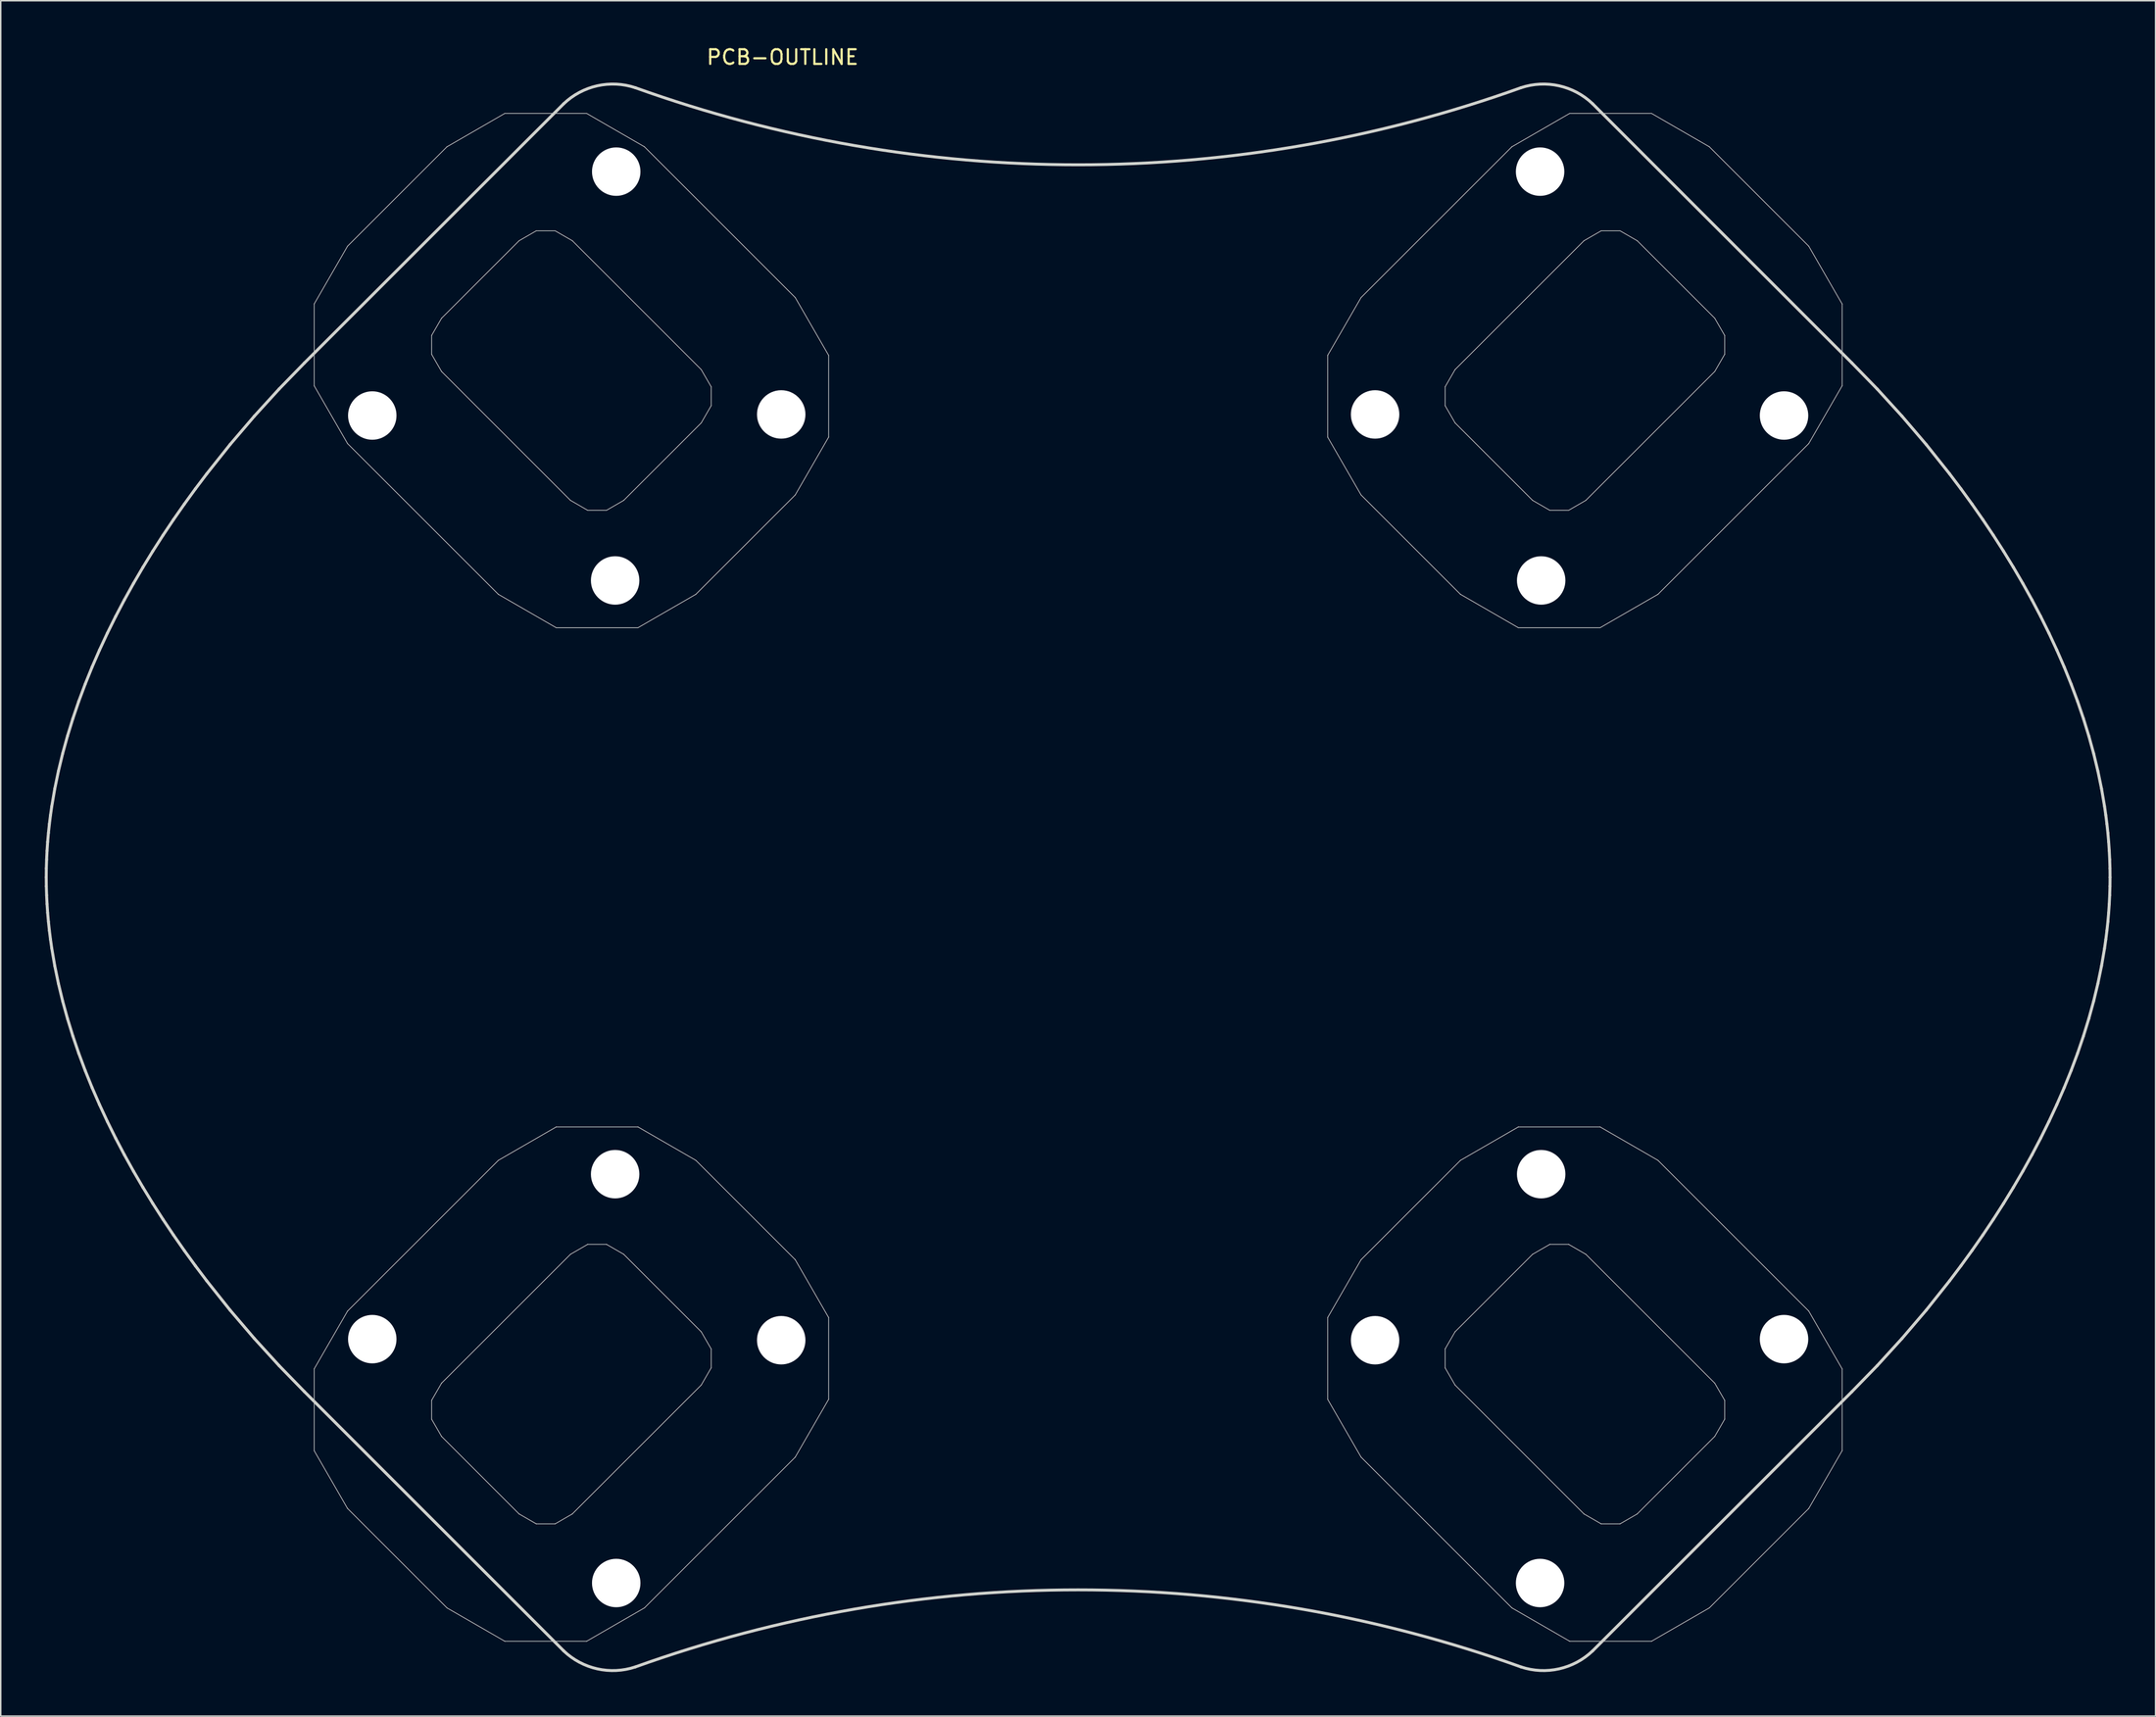
<source format=kicad_pcb>
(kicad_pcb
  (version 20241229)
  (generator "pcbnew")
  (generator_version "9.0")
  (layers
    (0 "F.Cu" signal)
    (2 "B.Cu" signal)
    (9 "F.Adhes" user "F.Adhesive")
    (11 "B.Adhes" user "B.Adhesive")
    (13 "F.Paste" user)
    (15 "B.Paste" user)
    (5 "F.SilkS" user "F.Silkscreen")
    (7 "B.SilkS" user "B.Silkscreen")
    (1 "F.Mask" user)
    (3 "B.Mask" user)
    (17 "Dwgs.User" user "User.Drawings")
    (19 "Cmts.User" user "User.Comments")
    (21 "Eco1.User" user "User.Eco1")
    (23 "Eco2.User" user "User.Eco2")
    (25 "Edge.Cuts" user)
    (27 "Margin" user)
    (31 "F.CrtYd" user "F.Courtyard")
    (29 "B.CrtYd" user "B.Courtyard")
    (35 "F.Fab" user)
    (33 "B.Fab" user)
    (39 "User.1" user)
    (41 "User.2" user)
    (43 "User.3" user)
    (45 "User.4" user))
  (footprint "PCB-OUTLINE"
    (layer "F.Cu")
    (at 70.392 56.728)
    (property "Reference" "PCB-OUTLINE" (at -25.4 -55.88 0) (layer "F.SilkS") (effects (font (size 1 1) (thickness 0.15)) (justify left)))
    (attr through_hole)
    (fp_line (start -52.041 -39.066) (end -52.041 -33.494) (stroke (width 0.05) (type solid)) (layer "Dwgs.User"))
    (fp_line (start -52.041 -33.494) (end -49.766 -29.553) (stroke (width 0.05) (type solid)) (layer "Dwgs.User"))
    (fp_line (start -52.041 33.494) (end -49.766 29.553) (stroke (width 0.05) (type solid)) (layer "Dwgs.User"))
    (fp_line (start -52.041 39.066) (end -52.041 33.494) (stroke (width 0.05) (type solid)) (layer "Dwgs.User"))
    (fp_line (start -49.766 -43.006) (end -52.041 -39.066) (stroke (width 0.05) (type solid)) (layer "Dwgs.User"))
    (fp_line (start -49.766 -29.553) (end -39.495 -19.283) (stroke (width 0.05) (type solid)) (layer "Dwgs.User"))
    (fp_line (start -49.766 29.553) (end -39.495 19.283) (stroke (width 0.05) (type solid)) (layer "Dwgs.User"))
    (fp_line (start -49.766 43.006) (end -52.041 39.066) (stroke (width 0.05) (type solid)) (layer "Dwgs.User"))
    (fp_line (start -44.041 -36.922) (end -44.041 -35.637) (stroke (width 0.05) (type solid)) (layer "Dwgs.User"))
    (fp_line (start -44.041 -35.637) (end -43.364 -34.466) (stroke (width 0.05) (type solid)) (layer "Dwgs.User"))
    (fp_line (start -44.041 35.637) (end -43.364 34.466) (stroke (width 0.05) (type solid)) (layer "Dwgs.User"))
    (fp_line (start -44.041 36.922) (end -44.041 35.637) (stroke (width 0.05) (type solid)) (layer "Dwgs.User"))
    (fp_line (start -43.364 -38.094) (end -44.041 -36.922) (stroke (width 0.05) (type solid)) (layer "Dwgs.User"))
    (fp_line (start -43.364 -34.466) (end -34.583 -25.685) (stroke (width 0.05) (type solid)) (layer "Dwgs.User"))
    (fp_line (start -43.364 34.466) (end -34.583 25.685) (stroke (width 0.05) (type solid)) (layer "Dwgs.User"))
    (fp_line (start -43.364 38.094) (end -44.041 36.922) (stroke (width 0.05) (type solid)) (layer "Dwgs.User"))
    (fp_line (start -42.996 -49.777) (end -49.766 -43.006) (stroke (width 0.05) (type solid)) (layer "Dwgs.User"))
    (fp_line (start -42.996 49.777) (end -49.766 43.006) (stroke (width 0.05) (type solid)) (layer "Dwgs.User"))
    (fp_line (start -39.495 -19.283) (end -35.555 -17.008) (stroke (width 0.05) (type solid)) (layer "Dwgs.User"))
    (fp_line (start -39.495 19.283) (end -35.555 17.008) (stroke (width 0.05) (type solid)) (layer "Dwgs.User"))
    (fp_line (start -39.055 -52.052) (end -42.996 -49.777) (stroke (width 0.05) (type solid)) (layer "Dwgs.User"))
    (fp_line (start -39.055 52.052) (end -42.996 49.777) (stroke (width 0.05) (type solid)) (layer "Dwgs.User"))
    (fp_line (start -38.084 -43.375) (end -43.364 -38.094) (stroke (width 0.05) (type solid)) (layer "Dwgs.User"))
    (fp_line (start -38.084 43.375) (end -43.364 38.094) (stroke (width 0.05) (type solid)) (layer "Dwgs.User"))
    (fp_line (start -36.912 -44.052) (end -38.084 -43.375) (stroke (width 0.05) (type solid)) (layer "Dwgs.User"))
    (fp_line (start -36.912 44.052) (end -38.084 43.375) (stroke (width 0.05) (type solid)) (layer "Dwgs.User"))
    (fp_line (start -35.627 -44.052) (end -36.912 -44.052) (stroke (width 0.05) (type solid)) (layer "Dwgs.User"))
    (fp_line (start -35.627 44.052) (end -36.912 44.052) (stroke (width 0.05) (type solid)) (layer "Dwgs.User"))
    (fp_line (start -35.555 -17.008) (end -29.983 -17.008) (stroke (width 0.05) (type solid)) (layer "Dwgs.User"))
    (fp_line (start -35.555 17.008) (end -29.983 17.008) (stroke (width 0.05) (type solid)) (layer "Dwgs.User"))
    (fp_line (start -34.583 -25.685) (end -33.412 -25.008) (stroke (width 0.05) (type solid)) (layer "Dwgs.User"))
    (fp_line (start -34.583 25.685) (end -33.412 25.008) (stroke (width 0.05) (type solid)) (layer "Dwgs.User"))
    (fp_line (start -34.455 -43.375) (end -35.627 -44.052) (stroke (width 0.05) (type solid)) (layer "Dwgs.User"))
    (fp_line (start -34.455 43.375) (end -35.627 44.052) (stroke (width 0.05) (type solid)) (layer "Dwgs.User"))
    (fp_line (start -33.483 -52.052) (end -39.055 -52.052) (stroke (width 0.05) (type solid)) (layer "Dwgs.User"))
    (fp_line (start -33.483 52.052) (end -39.055 52.052) (stroke (width 0.05) (type solid)) (layer "Dwgs.User"))
    (fp_line (start -33.412 -25.008) (end -32.127 -25.008) (stroke (width 0.05) (type solid)) (layer "Dwgs.User"))
    (fp_line (start -33.412 25.008) (end -32.127 25.008) (stroke (width 0.05) (type solid)) (layer "Dwgs.User"))
    (fp_line (start -32.127 -25.008) (end -30.955 -25.685) (stroke (width 0.05) (type solid)) (layer "Dwgs.User"))
    (fp_line (start -32.127 25.008) (end -30.955 25.685) (stroke (width 0.05) (type solid)) (layer "Dwgs.User"))
    (fp_line (start -30.955 -25.685) (end -25.674 -30.965) (stroke (width 0.05) (type solid)) (layer "Dwgs.User"))
    (fp_line (start -30.955 25.685) (end -25.674 30.965) (stroke (width 0.05) (type solid)) (layer "Dwgs.User"))
    (fp_line (start -29.983 -17.008) (end -26.043 -19.283) (stroke (width 0.05) (type solid)) (layer "Dwgs.User"))
    (fp_line (start -29.983 17.008) (end -26.043 19.283) (stroke (width 0.05) (type solid)) (layer "Dwgs.User"))
    (fp_line (start -29.543 -49.777) (end -33.483 -52.052) (stroke (width 0.05) (type solid)) (layer "Dwgs.User"))
    (fp_line (start -29.543 49.777) (end -33.483 52.052) (stroke (width 0.05) (type solid)) (layer "Dwgs.User"))
    (fp_line (start -26.043 -19.283) (end -19.272 -26.053) (stroke (width 0.05) (type solid)) (layer "Dwgs.User"))
    (fp_line (start -26.043 19.283) (end -19.272 26.053) (stroke (width 0.05) (type solid)) (layer "Dwgs.User"))
    (fp_line (start -25.674 -34.594) (end -34.455 -43.375) (stroke (width 0.05) (type solid)) (layer "Dwgs.User"))
    (fp_line (start -25.674 -30.965) (end -24.997 -32.137) (stroke (width 0.05) (type solid)) (layer "Dwgs.User"))
    (fp_line (start -25.674 30.965) (end -24.997 32.137) (stroke (width 0.05) (type solid)) (layer "Dwgs.User"))
    (fp_line (start -25.674 34.594) (end -34.455 43.375) (stroke (width 0.05) (type solid)) (layer "Dwgs.User"))
    (fp_line (start -24.997 -33.422) (end -25.674 -34.594) (stroke (width 0.05) (type solid)) (layer "Dwgs.User"))
    (fp_line (start -24.997 -32.137) (end -24.997 -33.422) (stroke (width 0.05) (type solid)) (layer "Dwgs.User"))
    (fp_line (start -24.997 32.137) (end -24.997 33.422) (stroke (width 0.05) (type solid)) (layer "Dwgs.User"))
    (fp_line (start -24.997 33.422) (end -25.674 34.594) (stroke (width 0.05) (type solid)) (layer "Dwgs.User"))
    (fp_line (start -19.272 -39.506) (end -29.543 -49.777) (stroke (width 0.05) (type solid)) (layer "Dwgs.User"))
    (fp_line (start -19.272 -26.053) (end -16.997 -29.994) (stroke (width 0.05) (type solid)) (layer "Dwgs.User"))
    (fp_line (start -19.272 26.053) (end -16.997 29.994) (stroke (width 0.05) (type solid)) (layer "Dwgs.User"))
    (fp_line (start -19.272 39.506) (end -29.543 49.777) (stroke (width 0.05) (type solid)) (layer "Dwgs.User"))
    (fp_line (start -16.997 -35.566) (end -19.272 -39.506) (stroke (width 0.05) (type solid)) (layer "Dwgs.User"))
    (fp_line (start -16.997 -29.994) (end -16.997 -35.566) (stroke (width 0.05) (type solid)) (layer "Dwgs.User"))
    (fp_line (start -16.997 29.994) (end -16.997 35.566) (stroke (width 0.05) (type solid)) (layer "Dwgs.User"))
    (fp_line (start -16.997 35.566) (end -19.272 39.506) (stroke (width 0.05) (type solid)) (layer "Dwgs.User"))
    (fp_line (start 16.997 -35.566) (end 19.272 -39.506) (stroke (width 0.05) (type solid)) (layer "Dwgs.User"))
    (fp_line (start 16.997 -29.994) (end 16.997 -35.566) (stroke (width 0.05) (type solid)) (layer "Dwgs.User"))
    (fp_line (start 16.997 29.994) (end 16.997 35.566) (stroke (width 0.05) (type solid)) (layer "Dwgs.User"))
    (fp_line (start 16.997 35.566) (end 19.272 39.506) (stroke (width 0.05) (type solid)) (layer "Dwgs.User"))
    (fp_line (start 19.272 -39.506) (end 29.543 -49.777) (stroke (width 0.05) (type solid)) (layer "Dwgs.User"))
    (fp_line (start 19.272 -26.053) (end 16.997 -29.994) (stroke (width 0.05) (type solid)) (layer "Dwgs.User"))
    (fp_line (start 19.272 26.053) (end 16.997 29.994) (stroke (width 0.05) (type solid)) (layer "Dwgs.User"))
    (fp_line (start 19.272 39.506) (end 29.543 49.777) (stroke (width 0.05) (type solid)) (layer "Dwgs.User"))
    (fp_line (start 24.997 -33.422) (end 25.674 -34.594) (stroke (width 0.05) (type solid)) (layer "Dwgs.User"))
    (fp_line (start 24.997 -32.137) (end 24.997 -33.422) (stroke (width 0.05) (type solid)) (layer "Dwgs.User"))
    (fp_line (start 24.997 32.137) (end 24.997 33.422) (stroke (width 0.05) (type solid)) (layer "Dwgs.User"))
    (fp_line (start 24.997 33.422) (end 25.674 34.594) (stroke (width 0.05) (type solid)) (layer "Dwgs.User"))
    (fp_line (start 25.674 -34.594) (end 34.455 -43.375) (stroke (width 0.05) (type solid)) (layer "Dwgs.User"))
    (fp_line (start 25.674 -30.965) (end 24.997 -32.137) (stroke (width 0.05) (type solid)) (layer "Dwgs.User"))
    (fp_line (start 25.674 30.965) (end 24.997 32.137) (stroke (width 0.05) (type solid)) (layer "Dwgs.User"))
    (fp_line (start 25.674 34.594) (end 34.455 43.375) (stroke (width 0.05) (type solid)) (layer "Dwgs.User"))
    (fp_line (start 26.043 -19.283) (end 19.272 -26.053) (stroke (width 0.05) (type solid)) (layer "Dwgs.User"))
    (fp_line (start 26.043 19.283) (end 19.272 26.053) (stroke (width 0.05) (type solid)) (layer "Dwgs.User"))
    (fp_line (start 29.543 -49.777) (end 33.483 -52.052) (stroke (width 0.05) (type solid)) (layer "Dwgs.User"))
    (fp_line (start 29.543 49.777) (end 33.483 52.052) (stroke (width 0.05) (type solid)) (layer "Dwgs.User"))
    (fp_line (start 29.983 -17.008) (end 26.043 -19.283) (stroke (width 0.05) (type solid)) (layer "Dwgs.User"))
    (fp_line (start 29.983 17.008) (end 26.043 19.283) (stroke (width 0.05) (type solid)) (layer "Dwgs.User"))
    (fp_line (start 30.955 -25.685) (end 25.674 -30.965) (stroke (width 0.05) (type solid)) (layer "Dwgs.User"))
    (fp_line (start 30.955 25.685) (end 25.674 30.965) (stroke (width 0.05) (type solid)) (layer "Dwgs.User"))
    (fp_line (start 32.127 -25.008) (end 30.955 -25.685) (stroke (width 0.05) (type solid)) (layer "Dwgs.User"))
    (fp_line (start 32.127 25.008) (end 30.955 25.685) (stroke (width 0.05) (type solid)) (layer "Dwgs.User"))
    (fp_line (start 33.412 -25.008) (end 32.127 -25.008) (stroke (width 0.05) (type solid)) (layer "Dwgs.User"))
    (fp_line (start 33.412 25.008) (end 32.127 25.008) (stroke (width 0.05) (type solid)) (layer "Dwgs.User"))
    (fp_line (start 33.483 -52.052) (end 39.055 -52.052) (stroke (width 0.05) (type solid)) (layer "Dwgs.User"))
    (fp_line (start 33.483 52.052) (end 39.055 52.052) (stroke (width 0.05) (type solid)) (layer "Dwgs.User"))
    (fp_line (start 34.455 -43.375) (end 35.627 -44.052) (stroke (width 0.05) (type solid)) (layer "Dwgs.User"))
    (fp_line (start 34.455 43.375) (end 35.627 44.052) (stroke (width 0.05) (type solid)) (layer "Dwgs.User"))
    (fp_line (start 34.583 -25.685) (end 33.412 -25.008) (stroke (width 0.05) (type solid)) (layer "Dwgs.User"))
    (fp_line (start 34.583 25.685) (end 33.412 25.008) (stroke (width 0.05) (type solid)) (layer "Dwgs.User"))
    (fp_line (start 35.555 -17.008) (end 29.983 -17.008) (stroke (width 0.05) (type solid)) (layer "Dwgs.User"))
    (fp_line (start 35.555 17.008) (end 29.983 17.008) (stroke (width 0.05) (type solid)) (layer "Dwgs.User"))
    (fp_line (start 35.627 -44.052) (end 36.912 -44.052) (stroke (width 0.05) (type solid)) (layer "Dwgs.User"))
    (fp_line (start 35.627 44.052) (end 36.912 44.052) (stroke (width 0.05) (type solid)) (layer "Dwgs.User"))
    (fp_line (start 36.912 -44.052) (end 38.084 -43.375) (stroke (width 0.05) (type solid)) (layer "Dwgs.User"))
    (fp_line (start 36.912 44.052) (end 38.084 43.375) (stroke (width 0.05) (type solid)) (layer "Dwgs.User"))
    (fp_line (start 38.084 -43.375) (end 43.364 -38.094) (stroke (width 0.05) (type solid)) (layer "Dwgs.User"))
    (fp_line (start 38.084 43.375) (end 43.364 38.094) (stroke (width 0.05) (type solid)) (layer "Dwgs.User"))
    (fp_line (start 39.055 -52.052) (end 42.996 -49.777) (stroke (width 0.05) (type solid)) (layer "Dwgs.User"))
    (fp_line (start 39.055 52.052) (end 42.996 49.777) (stroke (width 0.05) (type solid)) (layer "Dwgs.User"))
    (fp_line (start 39.495 -19.283) (end 35.555 -17.008) (stroke (width 0.05) (type solid)) (layer "Dwgs.User"))
    (fp_line (start 39.495 19.283) (end 35.555 17.008) (stroke (width 0.05) (type solid)) (layer "Dwgs.User"))
    (fp_line (start 42.996 -49.777) (end 49.766 -43.006) (stroke (width 0.05) (type solid)) (layer "Dwgs.User"))
    (fp_line (start 42.996 49.777) (end 49.766 43.006) (stroke (width 0.05) (type solid)) (layer "Dwgs.User"))
    (fp_line (start 43.364 -38.094) (end 44.041 -36.922) (stroke (width 0.05) (type solid)) (layer "Dwgs.User"))
    (fp_line (start 43.364 -34.466) (end 34.583 -25.685) (stroke (width 0.05) (type solid)) (layer "Dwgs.User"))
    (fp_line (start 43.364 34.466) (end 34.583 25.685) (stroke (width 0.05) (type solid)) (layer "Dwgs.User"))
    (fp_line (start 43.364 38.094) (end 44.041 36.922) (stroke (width 0.05) (type solid)) (layer "Dwgs.User"))
    (fp_line (start 44.041 -36.922) (end 44.041 -35.637) (stroke (width 0.05) (type solid)) (layer "Dwgs.User"))
    (fp_line (start 44.041 -35.637) (end 43.364 -34.466) (stroke (width 0.05) (type solid)) (layer "Dwgs.User"))
    (fp_line (start 44.041 35.637) (end 43.364 34.466) (stroke (width 0.05) (type solid)) (layer "Dwgs.User"))
    (fp_line (start 44.041 36.922) (end 44.041 35.637) (stroke (width 0.05) (type solid)) (layer "Dwgs.User"))
    (fp_line (start 49.766 -43.006) (end 52.041 -39.066) (stroke (width 0.05) (type solid)) (layer "Dwgs.User"))
    (fp_line (start 49.766 -29.553) (end 39.495 -19.283) (stroke (width 0.05) (type solid)) (layer "Dwgs.User"))
    (fp_line (start 49.766 29.553) (end 39.495 19.283) (stroke (width 0.05) (type solid)) (layer "Dwgs.User"))
    (fp_line (start 49.766 43.006) (end 52.041 39.066) (stroke (width 0.05) (type solid)) (layer "Dwgs.User"))
    (fp_line (start 52.041 -39.066) (end 52.041 -33.494) (stroke (width 0.05) (type solid)) (layer "Dwgs.User"))
    (fp_line (start 52.041 -33.494) (end 49.766 -29.553) (stroke (width 0.05) (type solid)) (layer "Dwgs.User"))
    (fp_line (start 52.041 33.494) (end 49.766 29.553) (stroke (width 0.05) (type solid)) (layer "Dwgs.User"))
    (fp_line (start 52.041 39.066) (end 52.041 33.494) (stroke (width 0.05) (type solid)) (layer "Dwgs.User"))
    (fp_line (start -70.292 0) (end -70.286 -0.605) (stroke (width 0.2) (type solid)) (layer "Edge.Cuts"))
    (fp_line (start -70.286 -0.605) (end -70.267 -1.21) (stroke (width 0.2) (type solid)) (layer "Edge.Cuts"))
    (fp_line (start -70.286 0.605) (end -70.292 0) (stroke (width 0.2) (type solid)) (layer "Edge.Cuts"))
    (fp_line (start -70.267 -1.21) (end -70.237 -1.815) (stroke (width 0.2) (type solid)) (layer "Edge.Cuts"))
    (fp_line (start -70.267 1.21) (end -70.286 0.605) (stroke (width 0.2) (type solid)) (layer "Edge.Cuts"))
    (fp_line (start -70.237 -1.815) (end -70.196 -2.42) (stroke (width 0.2) (type solid)) (layer "Edge.Cuts"))
    (fp_line (start -70.237 1.815) (end -70.267 1.21) (stroke (width 0.2) (type solid)) (layer "Edge.Cuts"))
    (fp_line (start -70.196 -2.42) (end -70.143 -3.024) (stroke (width 0.2) (type solid)) (layer "Edge.Cuts"))
    (fp_line (start -70.196 2.42) (end -70.237 1.815) (stroke (width 0.2) (type solid)) (layer "Edge.Cuts"))
    (fp_line (start -70.143 -3.024) (end -70.078 -3.628) (stroke (width 0.2) (type solid)) (layer "Edge.Cuts"))
    (fp_line (start -70.143 3.024) (end -70.196 2.42) (stroke (width 0.2) (type solid)) (layer "Edge.Cuts"))
    (fp_line (start -70.078 -3.628) (end -70.002 -4.231) (stroke (width 0.2) (type solid)) (layer "Edge.Cuts"))
    (fp_line (start -70.078 3.628) (end -70.143 3.024) (stroke (width 0.2) (type solid)) (layer "Edge.Cuts"))
    (fp_line (start -70.002 -4.231) (end -69.916 -4.834) (stroke (width 0.2) (type solid)) (layer "Edge.Cuts"))
    (fp_line (start -70.002 4.231) (end -70.078 3.628) (stroke (width 0.2) (type solid)) (layer "Edge.Cuts"))
    (fp_line (start -69.916 -4.834) (end -69.71 -6.038) (stroke (width 0.2) (type solid)) (layer "Edge.Cuts"))
    (fp_line (start -69.916 4.834) (end -70.002 4.231) (stroke (width 0.2) (type solid)) (layer "Edge.Cuts"))
    (fp_line (start -69.71 -6.038) (end -69.462 -7.238) (stroke (width 0.2) (type solid)) (layer "Edge.Cuts"))
    (fp_line (start -69.71 6.038) (end -69.916 4.834) (stroke (width 0.2) (type solid)) (layer "Edge.Cuts"))
    (fp_line (start -69.462 -7.238) (end -69.174 -8.434) (stroke (width 0.2) (type solid)) (layer "Edge.Cuts"))
    (fp_line (start -69.462 7.238) (end -69.71 6.038) (stroke (width 0.2) (type solid)) (layer "Edge.Cuts"))
    (fp_line (start -69.174 -8.434) (end -68.846 -9.625) (stroke (width 0.2) (type solid)) (layer "Edge.Cuts"))
    (fp_line (start -69.174 8.434) (end -69.462 7.238) (stroke (width 0.2) (type solid)) (layer "Edge.Cuts"))
    (fp_line (start -68.846 -9.625) (end -68.48 -10.811) (stroke (width 0.2) (type solid)) (layer "Edge.Cuts"))
    (fp_line (start -68.846 9.625) (end -69.174 8.434) (stroke (width 0.2) (type solid)) (layer "Edge.Cuts"))
    (fp_line (start -68.48 -10.811) (end -68.078 -11.991) (stroke (width 0.2) (type solid)) (layer "Edge.Cuts"))
    (fp_line (start -68.48 10.811) (end -68.846 9.625) (stroke (width 0.2) (type solid)) (layer "Edge.Cuts"))
    (fp_line (start -68.078 -11.991) (end -67.64 -13.164) (stroke (width 0.2) (type solid)) (layer "Edge.Cuts"))
    (fp_line (start -68.078 11.991) (end -68.48 10.811) (stroke (width 0.2) (type solid)) (layer "Edge.Cuts"))
    (fp_line (start -67.64 -13.164) (end -67.169 -14.33) (stroke (width 0.2) (type solid)) (layer "Edge.Cuts"))
    (fp_line (start -67.64 13.164) (end -68.078 11.991) (stroke (width 0.2) (type solid)) (layer "Edge.Cuts"))
    (fp_line (start -67.169 -14.33) (end -66.664 -15.487) (stroke (width 0.2) (type solid)) (layer "Edge.Cuts"))
    (fp_line (start -67.169 14.33) (end -67.64 13.164) (stroke (width 0.2) (type solid)) (layer "Edge.Cuts"))
    (fp_line (start -66.664 -15.487) (end -66.129 -16.636) (stroke (width 0.2) (type solid)) (layer "Edge.Cuts"))
    (fp_line (start -66.664 15.487) (end -67.169 14.33) (stroke (width 0.2) (type solid)) (layer "Edge.Cuts"))
    (fp_line (start -66.129 -16.636) (end -65.564 -17.776) (stroke (width 0.2) (type solid)) (layer "Edge.Cuts"))
    (fp_line (start -66.129 16.636) (end -66.664 15.487) (stroke (width 0.2) (type solid)) (layer "Edge.Cuts"))
    (fp_line (start -65.564 -17.776) (end -64.971 -18.905) (stroke (width 0.2) (type solid)) (layer "Edge.Cuts"))
    (fp_line (start -65.564 17.776) (end -66.129 16.636) (stroke (width 0.2) (type solid)) (layer "Edge.Cuts"))
    (fp_line (start -64.971 -18.905) (end -64.35 -20.023) (stroke (width 0.2) (type solid)) (layer "Edge.Cuts"))
    (fp_line (start -64.971 18.905) (end -65.564 17.776) (stroke (width 0.2) (type solid)) (layer "Edge.Cuts"))
    (fp_line (start -64.35 -20.023) (end -63.703 -21.13) (stroke (width 0.2) (type solid)) (layer "Edge.Cuts"))
    (fp_line (start -64.35 20.023) (end -64.971 18.905) (stroke (width 0.2) (type solid)) (layer "Edge.Cuts"))
    (fp_line (start -63.703 -21.13) (end -63.033 -22.225) (stroke (width 0.2) (type solid)) (layer "Edge.Cuts"))
    (fp_line (start -63.703 21.13) (end -64.35 20.023) (stroke (width 0.2) (type solid)) (layer "Edge.Cuts"))
    (fp_line (start -63.033 -22.225) (end -62.339 -23.307) (stroke (width 0.2) (type solid)) (layer "Edge.Cuts"))
    (fp_line (start -63.033 22.225) (end -63.703 21.13) (stroke (width 0.2) (type solid)) (layer "Edge.Cuts"))
    (fp_line (start -62.339 -23.307) (end -61.623 -24.376) (stroke (width 0.2) (type solid)) (layer "Edge.Cuts"))
    (fp_line (start -62.339 23.307) (end -63.033 22.225) (stroke (width 0.2) (type solid)) (layer "Edge.Cuts"))
    (fp_line (start -61.623 -24.376) (end -60.887 -25.43) (stroke (width 0.2) (type solid)) (layer "Edge.Cuts"))
    (fp_line (start -61.623 24.376) (end -62.339 23.307) (stroke (width 0.2) (type solid)) (layer "Edge.Cuts"))
    (fp_line (start -60.887 -25.43) (end -60.132 -26.47) (stroke (width 0.2) (type solid)) (layer "Edge.Cuts"))
    (fp_line (start -60.887 25.43) (end -61.623 24.376) (stroke (width 0.2) (type solid)) (layer "Edge.Cuts"))
    (fp_line (start -60.132 -26.47) (end -59.359 -27.494) (stroke (width 0.2) (type solid)) (layer "Edge.Cuts"))
    (fp_line (start -60.132 26.47) (end -60.887 25.43) (stroke (width 0.2) (type solid)) (layer "Edge.Cuts"))
    (fp_line (start -59.359 -27.494) (end -57.767 -29.493) (stroke (width 0.2) (type solid)) (layer "Edge.Cuts"))
    (fp_line (start -59.359 27.494) (end -60.132 26.47) (stroke (width 0.2) (type solid)) (layer "Edge.Cuts"))
    (fp_line (start -57.767 -29.493) (end -56.119 -31.421) (stroke (width 0.2) (type solid)) (layer "Edge.Cuts"))
    (fp_line (start -57.767 29.493) (end -59.359 27.494) (stroke (width 0.2) (type solid)) (layer "Edge.Cuts"))
    (fp_line (start -56.119 -31.421) (end -54.429 -33.274) (stroke (width 0.2) (type solid)) (layer "Edge.Cuts"))
    (fp_line (start -56.119 31.421) (end -57.767 29.493) (stroke (width 0.2) (type solid)) (layer "Edge.Cuts"))
    (fp_line (start -54.429 -33.274) (end -52.706 -35.046) (stroke (width 0.2) (type solid)) (layer "Edge.Cuts"))
    (fp_line (start -54.429 33.274) (end -56.119 31.421) (stroke (width 0.2) (type solid)) (layer "Edge.Cuts"))
    (fp_line (start -52.706 -35.046) (end -35.046 -52.706) (stroke (width 0.2) (type solid)) (layer "Edge.Cuts"))
    (fp_line (start -52.706 35.046) (end -54.429 33.274) (stroke (width 0.2) (type solid)) (layer "Edge.Cuts"))
    (fp_line (start -35.046 52.706) (end -52.706 35.046) (stroke (width 0.2) (type solid)) (layer "Edge.Cuts"))
    (fp_line (start 35.046 -52.706) (end 52.706 -35.046) (stroke (width 0.2) (type solid)) (layer "Edge.Cuts"))
    (fp_line (start 52.706 -35.046) (end 54.429 -33.274) (stroke (width 0.2) (type solid)) (layer "Edge.Cuts"))
    (fp_line (start 52.706 35.046) (end 35.046 52.706) (stroke (width 0.2) (type solid)) (layer "Edge.Cuts"))
    (fp_line (start 54.429 -33.274) (end 56.119 -31.421) (stroke (width 0.2) (type solid)) (layer "Edge.Cuts"))
    (fp_line (start 54.429 33.274) (end 52.706 35.046) (stroke (width 0.2) (type solid)) (layer "Edge.Cuts"))
    (fp_line (start 56.119 -31.421) (end 57.767 -29.493) (stroke (width 0.2) (type solid)) (layer "Edge.Cuts"))
    (fp_line (start 56.119 31.421) (end 54.429 33.274) (stroke (width 0.2) (type solid)) (layer "Edge.Cuts"))
    (fp_line (start 57.767 -29.493) (end 59.359 -27.494) (stroke (width 0.2) (type solid)) (layer "Edge.Cuts"))
    (fp_line (start 57.767 29.493) (end 56.119 31.421) (stroke (width 0.2) (type solid)) (layer "Edge.Cuts"))
    (fp_line (start 59.359 -27.494) (end 60.132 -26.47) (stroke (width 0.2) (type solid)) (layer "Edge.Cuts"))
    (fp_line (start 59.359 27.494) (end 57.767 29.493) (stroke (width 0.2) (type solid)) (layer "Edge.Cuts"))
    (fp_line (start 60.132 -26.47) (end 60.887 -25.43) (stroke (width 0.2) (type solid)) (layer "Edge.Cuts"))
    (fp_line (start 60.132 26.47) (end 59.359 27.494) (stroke (width 0.2) (type solid)) (layer "Edge.Cuts"))
    (fp_line (start 60.887 -25.43) (end 61.623 -24.376) (stroke (width 0.2) (type solid)) (layer "Edge.Cuts"))
    (fp_line (start 60.887 25.43) (end 60.132 26.47) (stroke (width 0.2) (type solid)) (layer "Edge.Cuts"))
    (fp_line (start 61.623 -24.376) (end 62.339 -23.307) (stroke (width 0.2) (type solid)) (layer "Edge.Cuts"))
    (fp_line (start 61.623 24.376) (end 60.887 25.43) (stroke (width 0.2) (type solid)) (layer "Edge.Cuts"))
    (fp_line (start 62.339 -23.307) (end 63.033 -22.225) (stroke (width 0.2) (type solid)) (layer "Edge.Cuts"))
    (fp_line (start 62.339 23.307) (end 61.623 24.376) (stroke (width 0.2) (type solid)) (layer "Edge.Cuts"))
    (fp_line (start 63.033 -22.225) (end 63.703 -21.13) (stroke (width 0.2) (type solid)) (layer "Edge.Cuts"))
    (fp_line (start 63.033 22.225) (end 62.339 23.307) (stroke (width 0.2) (type solid)) (layer "Edge.Cuts"))
    (fp_line (start 63.703 -21.13) (end 64.35 -20.023) (stroke (width 0.2) (type solid)) (layer "Edge.Cuts"))
    (fp_line (start 63.703 21.13) (end 63.033 22.225) (stroke (width 0.2) (type solid)) (layer "Edge.Cuts"))
    (fp_line (start 64.35 -20.023) (end 64.971 -18.905) (stroke (width 0.2) (type solid)) (layer "Edge.Cuts"))
    (fp_line (start 64.35 20.023) (end 63.703 21.13) (stroke (width 0.2) (type solid)) (layer "Edge.Cuts"))
    (fp_line (start 64.971 -18.905) (end 65.564 -17.776) (stroke (width 0.2) (type solid)) (layer "Edge.Cuts"))
    (fp_line (start 64.971 18.905) (end 64.35 20.023) (stroke (width 0.2) (type solid)) (layer "Edge.Cuts"))
    (fp_line (start 65.564 -17.776) (end 66.129 -16.636) (stroke (width 0.2) (type solid)) (layer "Edge.Cuts"))
    (fp_line (start 65.564 17.776) (end 64.971 18.905) (stroke (width 0.2) (type solid)) (layer "Edge.Cuts"))
    (fp_line (start 66.129 -16.636) (end 66.664 -15.487) (stroke (width 0.2) (type solid)) (layer "Edge.Cuts"))
    (fp_line (start 66.129 16.636) (end 65.564 17.776) (stroke (width 0.2) (type solid)) (layer "Edge.Cuts"))
    (fp_line (start 66.664 -15.487) (end 67.169 -14.33) (stroke (width 0.2) (type solid)) (layer "Edge.Cuts"))
    (fp_line (start 66.664 15.487) (end 66.129 16.636) (stroke (width 0.2) (type solid)) (layer "Edge.Cuts"))
    (fp_line (start 67.169 -14.33) (end 67.64 -13.164) (stroke (width 0.2) (type solid)) (layer "Edge.Cuts"))
    (fp_line (start 67.169 14.33) (end 66.664 15.487) (stroke (width 0.2) (type solid)) (layer "Edge.Cuts"))
    (fp_line (start 67.64 -13.164) (end 68.078 -11.991) (stroke (width 0.2) (type solid)) (layer "Edge.Cuts"))
    (fp_line (start 67.64 13.164) (end 67.169 14.33) (stroke (width 0.2) (type solid)) (layer "Edge.Cuts"))
    (fp_line (start 68.078 -11.991) (end 68.48 -10.811) (stroke (width 0.2) (type solid)) (layer "Edge.Cuts"))
    (fp_line (start 68.078 11.991) (end 67.64 13.164) (stroke (width 0.2) (type solid)) (layer "Edge.Cuts"))
    (fp_line (start 68.48 -10.811) (end 68.846 -9.625) (stroke (width 0.2) (type solid)) (layer "Edge.Cuts"))
    (fp_line (start 68.48 10.811) (end 68.078 11.991) (stroke (width 0.2) (type solid)) (layer "Edge.Cuts"))
    (fp_line (start 68.846 -9.625) (end 69.174 -8.434) (stroke (width 0.2) (type solid)) (layer "Edge.Cuts"))
    (fp_line (start 68.846 9.625) (end 68.48 10.811) (stroke (width 0.2) (type solid)) (layer "Edge.Cuts"))
    (fp_line (start 69.174 -8.434) (end 69.462 -7.238) (stroke (width 0.2) (type solid)) (layer "Edge.Cuts"))
    (fp_line (start 69.174 8.434) (end 68.846 9.625) (stroke (width 0.2) (type solid)) (layer "Edge.Cuts"))
    (fp_line (start 69.462 -7.238) (end 69.71 -6.038) (stroke (width 0.2) (type solid)) (layer "Edge.Cuts"))
    (fp_line (start 69.462 7.238) (end 69.174 8.434) (stroke (width 0.2) (type solid)) (layer "Edge.Cuts"))
    (fp_line (start 69.71 -6.038) (end 69.916 -4.834) (stroke (width 0.2) (type solid)) (layer "Edge.Cuts"))
    (fp_line (start 69.71 6.038) (end 69.462 7.238) (stroke (width 0.2) (type solid)) (layer "Edge.Cuts"))
    (fp_line (start 69.916 -4.834) (end 70.002 -4.231) (stroke (width 0.2) (type solid)) (layer "Edge.Cuts"))
    (fp_line (start 69.916 4.834) (end 69.71 6.038) (stroke (width 0.2) (type solid)) (layer "Edge.Cuts"))
    (fp_line (start 70.002 -4.231) (end 70.078 -3.628) (stroke (width 0.2) (type solid)) (layer "Edge.Cuts"))
    (fp_line (start 70.002 4.231) (end 69.916 4.834) (stroke (width 0.2) (type solid)) (layer "Edge.Cuts"))
    (fp_line (start 70.078 -3.628) (end 70.143 -3.024) (stroke (width 0.2) (type solid)) (layer "Edge.Cuts"))
    (fp_line (start 70.078 3.628) (end 70.002 4.231) (stroke (width 0.2) (type solid)) (layer "Edge.Cuts"))
    (fp_line (start 70.143 -3.024) (end 70.196 -2.42) (stroke (width 0.2) (type solid)) (layer "Edge.Cuts"))
    (fp_line (start 70.143 3.024) (end 70.078 3.628) (stroke (width 0.2) (type solid)) (layer "Edge.Cuts"))
    (fp_line (start 70.196 -2.42) (end 70.237 -1.815) (stroke (width 0.2) (type solid)) (layer "Edge.Cuts"))
    (fp_line (start 70.196 2.42) (end 70.143 3.024) (stroke (width 0.2) (type solid)) (layer "Edge.Cuts"))
    (fp_line (start 70.237 -1.815) (end 70.267 -1.21) (stroke (width 0.2) (type solid)) (layer "Edge.Cuts"))
    (fp_line (start 70.237 1.815) (end 70.196 2.42) (stroke (width 0.2) (type solid)) (layer "Edge.Cuts"))
    (fp_line (start 70.267 -1.21) (end 70.286 -0.605) (stroke (width 0.2) (type solid)) (layer "Edge.Cuts"))
    (fp_line (start 70.267 1.21) (end 70.237 1.815) (stroke (width 0.2) (type solid)) (layer "Edge.Cuts"))
    (fp_line (start 70.286 -0.605) (end 70.292 0) (stroke (width 0.2) (type solid)) (layer "Edge.Cuts"))
    (fp_line (start 70.286 0.605) (end 70.267 1.21) (stroke (width 0.2) (type solid)) (layer "Edge.Cuts"))
    (fp_line (start 70.292 0) (end 70.286 0.605) (stroke (width 0.2) (type solid)) (layer "Edge.Cuts"))
    (fp_arc (start -35.046361 -52.70559) (mid -32.755746 -53.932844) (end -30.160478 -53.8) (stroke (width 0.2) (type solid)) (layer "Edge.Cuts"))
    (fp_arc (start -30.160478 53.8) (mid -32.755746 53.932843) (end -35.046361 52.70559) (stroke (width 0.2) (type solid)) (layer "Edge.Cuts"))
    (fp_arc (start -30.160478 53.8) (mid 0 48.55) (end 30.160478 53.8) (stroke (width 0.2) (type solid)) (layer "Edge.Cuts"))
    (fp_arc (start 30.160478 -53.8) (mid 0 -48.55) (end -30.160478 -53.8) (stroke (width 0.2) (type solid)) (layer "Edge.Cuts"))
    (fp_arc (start 30.160478 -53.8) (mid 32.755746 -53.932843) (end 35.046361 -52.70559) (stroke (width 0.2) (type solid)) (layer "Edge.Cuts"))
    (fp_arc (start 35.046361 52.70559) (mid 32.755746 53.932844) (end 30.160478 53.8) (stroke (width 0.2) (type solid)) (layer "Edge.Cuts"))
    (pad "" np_thru_hole circle (at -48.083 -31.466) (size 3.3 3.3) (drill 3.3) (layers "*.Cu" "*.Mask"))
    (pad "" np_thru_hole circle (at -48.083 31.466) (size 3.3 3.3) (drill 3.3) (layers "*.Cu" "*.Mask"))
    (pad "" np_thru_hole circle (at -31.54 -20.227) (size 3.3 3.3) (drill 3.3) (layers "*.Cu" "*.Mask"))
    (pad "" np_thru_hole circle (at -31.54 20.227) (size 3.3 3.3) (drill 3.3) (layers "*.Cu" "*.Mask"))
    (pad "" np_thru_hole circle (at -31.466 -48.083) (size 3.3 3.3) (drill 3.3) (layers "*.Cu" "*.Mask"))
    (pad "" np_thru_hole circle (at -31.466 48.083) (size 3.3 3.3) (drill 3.3) (layers "*.Cu" "*.Mask"))
    (pad "" np_thru_hole circle (at -20.227 -31.54) (size 3.3 3.3) (drill 3.3) (layers "*.Cu" "*.Mask"))
    (pad "" np_thru_hole circle (at -20.227 31.54) (size 3.3 3.3) (drill 3.3) (layers "*.Cu" "*.Mask"))
    (pad "" np_thru_hole circle (at 20.227 -31.54) (size 3.3 3.3) (drill 3.3) (layers "*.Cu" "*.Mask"))
    (pad "" np_thru_hole circle (at 20.227 31.54) (size 3.3 3.3) (drill 3.3) (layers "*.Cu" "*.Mask"))
    (pad "" np_thru_hole circle (at 31.466 -48.083) (size 3.3 3.3) (drill 3.3) (layers "*.Cu" "*.Mask"))
    (pad "" np_thru_hole circle (at 31.466 48.083) (size 3.3 3.3) (drill 3.3) (layers "*.Cu" "*.Mask"))
    (pad "" np_thru_hole circle (at 31.54 -20.227) (size 3.3 3.3) (drill 3.3) (layers "*.Cu" "*.Mask"))
    (pad "" np_thru_hole circle (at 31.54 20.227) (size 3.3 3.3) (drill 3.3) (layers "*.Cu" "*.Mask"))
    (pad "" np_thru_hole circle (at 48.083 -31.466) (size 3.3 3.3) (drill 3.3) (layers "*.Cu" "*.Mask"))
    (pad "" np_thru_hole circle (at 48.083 31.466) (size 3.3 3.3) (drill 3.3) (layers "*.Cu" "*.Mask")))
  (gr_rect
    (start -3 -3)
    (end 143.783 113.878)
    (stroke (width 0.1) (type default))
    (fill no)
    (layer "Edge.Cuts")))
</source>
